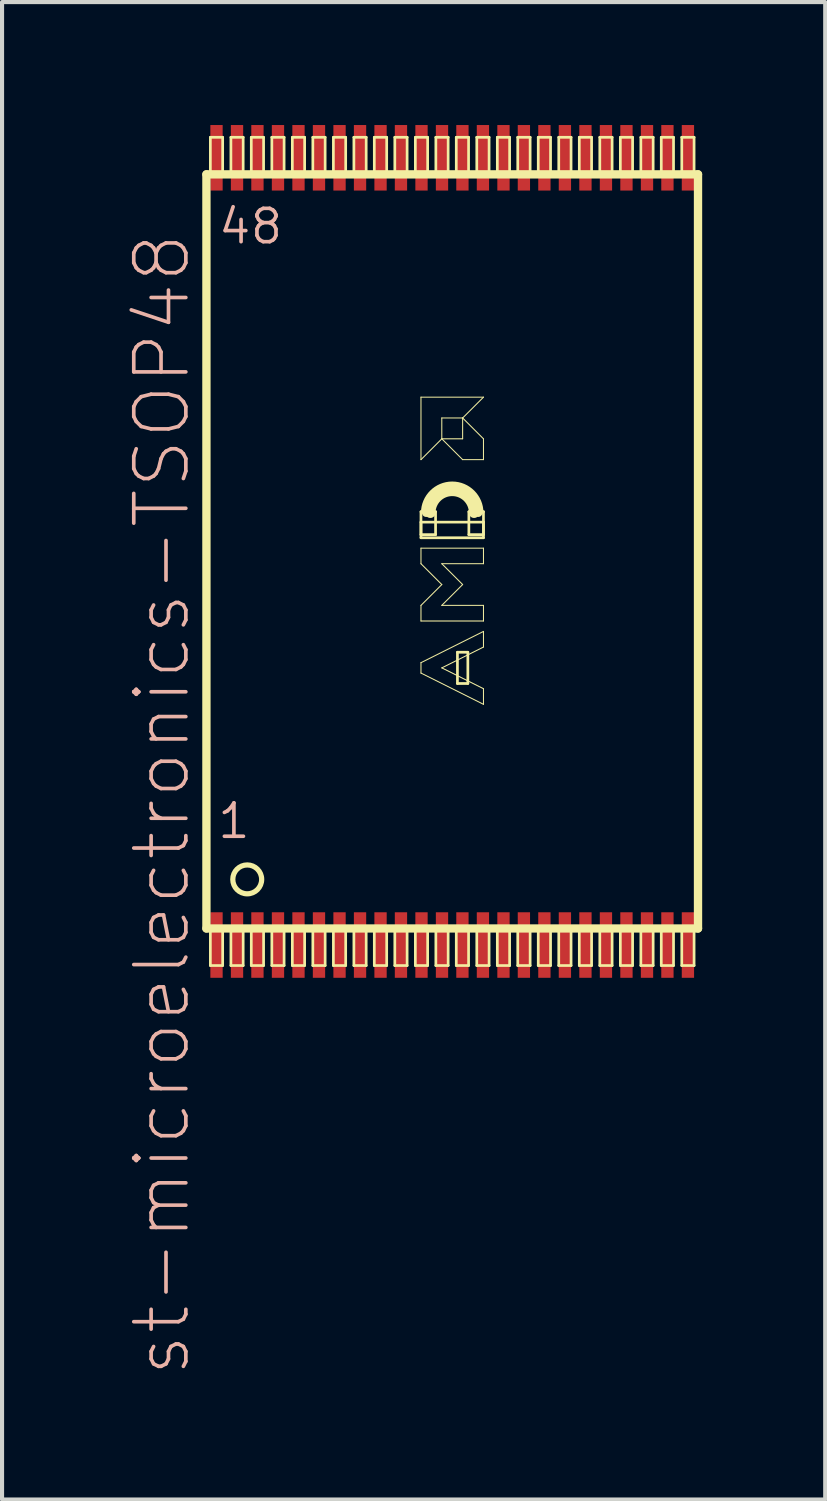
<source format=kicad_pcb>
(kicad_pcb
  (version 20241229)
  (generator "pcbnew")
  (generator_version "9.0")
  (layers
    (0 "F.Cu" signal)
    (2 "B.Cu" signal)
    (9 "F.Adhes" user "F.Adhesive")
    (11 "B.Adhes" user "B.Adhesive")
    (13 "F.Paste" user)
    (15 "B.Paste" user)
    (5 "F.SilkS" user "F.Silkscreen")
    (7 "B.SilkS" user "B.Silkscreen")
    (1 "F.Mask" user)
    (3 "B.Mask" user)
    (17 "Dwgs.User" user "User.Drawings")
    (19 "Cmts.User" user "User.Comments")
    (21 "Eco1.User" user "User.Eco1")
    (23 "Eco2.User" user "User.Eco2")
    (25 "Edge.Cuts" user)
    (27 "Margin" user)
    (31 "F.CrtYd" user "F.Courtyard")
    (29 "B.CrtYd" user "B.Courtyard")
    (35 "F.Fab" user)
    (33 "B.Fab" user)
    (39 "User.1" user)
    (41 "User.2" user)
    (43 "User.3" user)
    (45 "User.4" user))
  (footprint "st-microelectronics-TSOP48"
    (layer "F.Cu")
    (at 7.978 10.397)
    (property "Reference" "st-microelectronics-TSOP48" (at -7.079 6.175 90) (layer "B.SilkS") (effects (font (size 1.27 1.27) (thickness 0.089))))
    (attr smd)
    (fp_line (start -5.994 -9.195) (end 5.994 -9.195) (stroke (width 0.203) (type solid)) (layer "F.SilkS"))
    (fp_line (start -5.994 9.195) (end -5.994 -9.195) (stroke (width 0.203) (type solid)) (layer "F.SilkS"))
    (fp_line (start -5.898 -10.099) (end -5.598 -10.099) (stroke (width 0.066) (type solid)) (layer "F.SilkS"))
    (fp_line (start -5.898 -9.248) (end -5.898 -10.099) (stroke (width 0.066) (type solid)) (layer "F.SilkS"))
    (fp_line (start -5.898 -9.248) (end -5.598 -9.248) (stroke (width 0.066) (type solid)) (layer "F.SilkS"))
    (fp_line (start -5.898 9.248) (end -5.598 9.248) (stroke (width 0.066) (type solid)) (layer "F.SilkS"))
    (fp_line (start -5.898 10.099) (end -5.898 9.248) (stroke (width 0.066) (type solid)) (layer "F.SilkS"))
    (fp_line (start -5.898 10.099) (end -5.598 10.099) (stroke (width 0.066) (type solid)) (layer "F.SilkS"))
    (fp_line (start -5.598 -9.248) (end -5.598 -10.099) (stroke (width 0.066) (type solid)) (layer "F.SilkS"))
    (fp_line (start -5.598 10.099) (end -5.598 9.248) (stroke (width 0.066) (type solid)) (layer "F.SilkS"))
    (fp_line (start -5.397 -10.099) (end -5.098 -10.099) (stroke (width 0.066) (type solid)) (layer "F.SilkS"))
    (fp_line (start -5.397 -9.248) (end -5.397 -10.099) (stroke (width 0.066) (type solid)) (layer "F.SilkS"))
    (fp_line (start -5.397 -9.248) (end -5.098 -9.248) (stroke (width 0.066) (type solid)) (layer "F.SilkS"))
    (fp_line (start -5.397 9.248) (end -5.098 9.248) (stroke (width 0.066) (type solid)) (layer "F.SilkS"))
    (fp_line (start -5.397 10.099) (end -5.397 9.248) (stroke (width 0.066) (type solid)) (layer "F.SilkS"))
    (fp_line (start -5.397 10.099) (end -5.098 10.099) (stroke (width 0.066) (type solid)) (layer "F.SilkS"))
    (fp_line (start -5.098 -9.248) (end -5.098 -10.099) (stroke (width 0.066) (type solid)) (layer "F.SilkS"))
    (fp_line (start -5.098 10.099) (end -5.098 9.248) (stroke (width 0.066) (type solid)) (layer "F.SilkS"))
    (fp_line (start -4.9 -10.099) (end -4.6 -10.099) (stroke (width 0.066) (type solid)) (layer "F.SilkS"))
    (fp_line (start -4.9 -9.248) (end -4.9 -10.099) (stroke (width 0.066) (type solid)) (layer "F.SilkS"))
    (fp_line (start -4.9 -9.248) (end -4.6 -9.248) (stroke (width 0.066) (type solid)) (layer "F.SilkS"))
    (fp_line (start -4.9 9.248) (end -4.6 9.248) (stroke (width 0.066) (type solid)) (layer "F.SilkS"))
    (fp_line (start -4.9 10.099) (end -4.9 9.248) (stroke (width 0.066) (type solid)) (layer "F.SilkS"))
    (fp_line (start -4.9 10.099) (end -4.6 10.099) (stroke (width 0.066) (type solid)) (layer "F.SilkS"))
    (fp_line (start -4.6 -9.248) (end -4.6 -10.099) (stroke (width 0.066) (type solid)) (layer "F.SilkS"))
    (fp_line (start -4.6 10.099) (end -4.6 9.248) (stroke (width 0.066) (type solid)) (layer "F.SilkS"))
    (fp_line (start -4.399 -10.099) (end -4.1 -10.099) (stroke (width 0.066) (type solid)) (layer "F.SilkS"))
    (fp_line (start -4.399 -9.248) (end -4.399 -10.099) (stroke (width 0.066) (type solid)) (layer "F.SilkS"))
    (fp_line (start -4.399 -9.248) (end -4.1 -9.248) (stroke (width 0.066) (type solid)) (layer "F.SilkS"))
    (fp_line (start -4.399 9.248) (end -4.1 9.248) (stroke (width 0.066) (type solid)) (layer "F.SilkS"))
    (fp_line (start -4.399 10.099) (end -4.399 9.248) (stroke (width 0.066) (type solid)) (layer "F.SilkS"))
    (fp_line (start -4.399 10.099) (end -4.1 10.099) (stroke (width 0.066) (type solid)) (layer "F.SilkS"))
    (fp_line (start -4.1 -9.248) (end -4.1 -10.099) (stroke (width 0.066) (type solid)) (layer "F.SilkS"))
    (fp_line (start -4.1 10.099) (end -4.1 9.248) (stroke (width 0.066) (type solid)) (layer "F.SilkS"))
    (fp_line (start -3.899 -10.099) (end -3.599 -10.099) (stroke (width 0.066) (type solid)) (layer "F.SilkS"))
    (fp_line (start -3.899 -9.248) (end -3.899 -10.099) (stroke (width 0.066) (type solid)) (layer "F.SilkS"))
    (fp_line (start -3.899 -9.248) (end -3.599 -9.248) (stroke (width 0.066) (type solid)) (layer "F.SilkS"))
    (fp_line (start -3.899 9.248) (end -3.599 9.248) (stroke (width 0.066) (type solid)) (layer "F.SilkS"))
    (fp_line (start -3.899 10.099) (end -3.899 9.248) (stroke (width 0.066) (type solid)) (layer "F.SilkS"))
    (fp_line (start -3.899 10.099) (end -3.599 10.099) (stroke (width 0.066) (type solid)) (layer "F.SilkS"))
    (fp_line (start -3.599 -9.248) (end -3.599 -10.099) (stroke (width 0.066) (type solid)) (layer "F.SilkS"))
    (fp_line (start -3.599 10.099) (end -3.599 9.248) (stroke (width 0.066) (type solid)) (layer "F.SilkS"))
    (fp_line (start -3.399 -10.099) (end -3.099 -10.099) (stroke (width 0.066) (type solid)) (layer "F.SilkS"))
    (fp_line (start -3.399 -9.248) (end -3.399 -10.099) (stroke (width 0.066) (type solid)) (layer "F.SilkS"))
    (fp_line (start -3.399 -9.248) (end -3.099 -9.248) (stroke (width 0.066) (type solid)) (layer "F.SilkS"))
    (fp_line (start -3.399 9.248) (end -3.099 9.248) (stroke (width 0.066) (type solid)) (layer "F.SilkS"))
    (fp_line (start -3.399 10.099) (end -3.399 9.248) (stroke (width 0.066) (type solid)) (layer "F.SilkS"))
    (fp_line (start -3.399 10.099) (end -3.099 10.099) (stroke (width 0.066) (type solid)) (layer "F.SilkS"))
    (fp_line (start -3.099 -9.248) (end -3.099 -10.099) (stroke (width 0.066) (type solid)) (layer "F.SilkS"))
    (fp_line (start -3.099 10.099) (end -3.099 9.248) (stroke (width 0.066) (type solid)) (layer "F.SilkS"))
    (fp_line (start -2.898 -10.099) (end -2.598 -10.099) (stroke (width 0.066) (type solid)) (layer "F.SilkS"))
    (fp_line (start -2.898 -9.248) (end -2.898 -10.099) (stroke (width 0.066) (type solid)) (layer "F.SilkS"))
    (fp_line (start -2.898 -9.248) (end -2.598 -9.248) (stroke (width 0.066) (type solid)) (layer "F.SilkS"))
    (fp_line (start -2.898 9.248) (end -2.598 9.248) (stroke (width 0.066) (type solid)) (layer "F.SilkS"))
    (fp_line (start -2.898 10.099) (end -2.898 9.248) (stroke (width 0.066) (type solid)) (layer "F.SilkS"))
    (fp_line (start -2.898 10.099) (end -2.598 10.099) (stroke (width 0.066) (type solid)) (layer "F.SilkS"))
    (fp_line (start -2.598 -9.248) (end -2.598 -10.099) (stroke (width 0.066) (type solid)) (layer "F.SilkS"))
    (fp_line (start -2.598 10.099) (end -2.598 9.248) (stroke (width 0.066) (type solid)) (layer "F.SilkS"))
    (fp_line (start -2.398 -10.099) (end -2.098 -10.099) (stroke (width 0.066) (type solid)) (layer "F.SilkS"))
    (fp_line (start -2.398 -9.248) (end -2.398 -10.099) (stroke (width 0.066) (type solid)) (layer "F.SilkS"))
    (fp_line (start -2.398 -9.248) (end -2.098 -9.248) (stroke (width 0.066) (type solid)) (layer "F.SilkS"))
    (fp_line (start -2.398 9.248) (end -2.098 9.248) (stroke (width 0.066) (type solid)) (layer "F.SilkS"))
    (fp_line (start -2.398 10.099) (end -2.398 9.248) (stroke (width 0.066) (type solid)) (layer "F.SilkS"))
    (fp_line (start -2.398 10.099) (end -2.098 10.099) (stroke (width 0.066) (type solid)) (layer "F.SilkS"))
    (fp_line (start -2.098 -9.248) (end -2.098 -10.099) (stroke (width 0.066) (type solid)) (layer "F.SilkS"))
    (fp_line (start -2.098 10.099) (end -2.098 9.248) (stroke (width 0.066) (type solid)) (layer "F.SilkS"))
    (fp_line (start -1.9 -10.099) (end -1.598 -10.099) (stroke (width 0.066) (type solid)) (layer "F.SilkS"))
    (fp_line (start -1.9 -9.248) (end -1.9 -10.099) (stroke (width 0.066) (type solid)) (layer "F.SilkS"))
    (fp_line (start -1.9 -9.248) (end -1.598 -9.248) (stroke (width 0.066) (type solid)) (layer "F.SilkS"))
    (fp_line (start -1.9 9.248) (end -1.598 9.248) (stroke (width 0.066) (type solid)) (layer "F.SilkS"))
    (fp_line (start -1.9 10.099) (end -1.9 9.248) (stroke (width 0.066) (type solid)) (layer "F.SilkS"))
    (fp_line (start -1.9 10.099) (end -1.598 10.099) (stroke (width 0.066) (type solid)) (layer "F.SilkS"))
    (fp_line (start -1.598 -9.248) (end -1.598 -10.099) (stroke (width 0.066) (type solid)) (layer "F.SilkS"))
    (fp_line (start -1.598 10.099) (end -1.598 9.248) (stroke (width 0.066) (type solid)) (layer "F.SilkS"))
    (fp_line (start -1.4 -10.099) (end -1.1 -10.099) (stroke (width 0.066) (type solid)) (layer "F.SilkS"))
    (fp_line (start -1.4 -9.248) (end -1.4 -10.099) (stroke (width 0.066) (type solid)) (layer "F.SilkS"))
    (fp_line (start -1.4 -9.248) (end -1.1 -9.248) (stroke (width 0.066) (type solid)) (layer "F.SilkS"))
    (fp_line (start -1.4 9.248) (end -1.1 9.248) (stroke (width 0.066) (type solid)) (layer "F.SilkS"))
    (fp_line (start -1.4 10.099) (end -1.4 9.248) (stroke (width 0.066) (type solid)) (layer "F.SilkS"))
    (fp_line (start -1.4 10.099) (end -1.1 10.099) (stroke (width 0.066) (type solid)) (layer "F.SilkS"))
    (fp_line (start -1.1 -9.248) (end -1.1 -10.099) (stroke (width 0.066) (type solid)) (layer "F.SilkS"))
    (fp_line (start -1.1 10.099) (end -1.1 9.248) (stroke (width 0.066) (type solid)) (layer "F.SilkS"))
    (fp_line (start -0.899 -10.099) (end -0.599 -10.099) (stroke (width 0.066) (type solid)) (layer "F.SilkS"))
    (fp_line (start -0.899 -9.248) (end -0.899 -10.099) (stroke (width 0.066) (type solid)) (layer "F.SilkS"))
    (fp_line (start -0.899 -9.248) (end -0.599 -9.248) (stroke (width 0.066) (type solid)) (layer "F.SilkS"))
    (fp_line (start -0.899 9.248) (end -0.599 9.248) (stroke (width 0.066) (type solid)) (layer "F.SilkS"))
    (fp_line (start -0.899 10.099) (end -0.899 9.248) (stroke (width 0.066) (type solid)) (layer "F.SilkS"))
    (fp_line (start -0.899 10.099) (end -0.599 10.099) (stroke (width 0.066) (type solid)) (layer "F.SilkS"))
    (fp_line (start -0.762 -3.762) (end 0.762 -3.762) (stroke (width 0.025) (type solid)) (layer "F.SilkS"))
    (fp_line (start -0.762 -2.238) (end -0.762 -3.762) (stroke (width 0.025) (type solid)) (layer "F.SilkS"))
    (fp_line (start -0.762 -0.968) (end -0.406 -0.968) (stroke (width 0.066) (type solid)) (layer "F.SilkS"))
    (fp_line (start -0.762 -0.714) (end 0.762 -0.714) (stroke (width 0.066) (type solid)) (layer "F.SilkS"))
    (fp_line (start -0.762 -0.409) (end -0.762 -0.968) (stroke (width 0.066) (type solid)) (layer "F.SilkS"))
    (fp_line (start -0.762 -0.409) (end -0.406 -0.409) (stroke (width 0.066) (type solid)) (layer "F.SilkS"))
    (fp_line (start -0.762 -0.333) (end -0.762 -0.714) (stroke (width 0.066) (type solid)) (layer "F.SilkS"))
    (fp_line (start -0.762 -0.333) (end 0.762 -0.333) (stroke (width 0.066) (type solid)) (layer "F.SilkS"))
    (fp_line (start -0.762 -0.079) (end 0.762 -0.079) (stroke (width 0.025) (type solid)) (layer "F.SilkS"))
    (fp_line (start -0.762 0.3) (end -0.762 -0.079) (stroke (width 0.025) (type solid)) (layer "F.SilkS"))
    (fp_line (start -0.762 1.316) (end -0.254 0.808) (stroke (width 0.025) (type solid)) (layer "F.SilkS"))
    (fp_line (start -0.762 1.697) (end -0.762 1.316) (stroke (width 0.025) (type solid)) (layer "F.SilkS"))
    (fp_line (start -0.762 2.713) (end 0.762 1.951) (stroke (width 0.025) (type solid)) (layer "F.SilkS"))
    (fp_line (start -0.762 2.967) (end -0.762 2.713) (stroke (width 0.025) (type solid)) (layer "F.SilkS"))
    (fp_line (start -0.599 -9.248) (end -0.599 -10.099) (stroke (width 0.066) (type solid)) (layer "F.SilkS"))
    (fp_line (start -0.599 10.099) (end -0.599 9.248) (stroke (width 0.066) (type solid)) (layer "F.SilkS"))
    (fp_line (start -0.406 -0.409) (end -0.406 -0.968) (stroke (width 0.066) (type solid)) (layer "F.SilkS"))
    (fp_line (start -0.399 -10.099) (end -0.099 -10.099) (stroke (width 0.066) (type solid)) (layer "F.SilkS"))
    (fp_line (start -0.399 -9.248) (end -0.399 -10.099) (stroke (width 0.066) (type solid)) (layer "F.SilkS"))
    (fp_line (start -0.399 -9.248) (end -0.099 -9.248) (stroke (width 0.066) (type solid)) (layer "F.SilkS"))
    (fp_line (start -0.399 9.248) (end -0.099 9.248) (stroke (width 0.066) (type solid)) (layer "F.SilkS"))
    (fp_line (start -0.399 10.099) (end -0.399 9.248) (stroke (width 0.066) (type solid)) (layer "F.SilkS"))
    (fp_line (start -0.399 10.099) (end -0.099 10.099) (stroke (width 0.066) (type solid)) (layer "F.SilkS"))
    (fp_line (start -0.254 -3.254) (end -0.254 -2.746) (stroke (width 0.025) (type solid)) (layer "F.SilkS"))
    (fp_line (start -0.254 -2.746) (end -0.762 -2.238) (stroke (width 0.025) (type solid)) (layer "F.SilkS"))
    (fp_line (start -0.254 -2.746) (end 0.254 -2.238) (stroke (width 0.025) (type solid)) (layer "F.SilkS"))
    (fp_line (start -0.254 0.3) (end 0.254 0.808) (stroke (width 0.025) (type solid)) (layer "F.SilkS"))
    (fp_line (start -0.254 0.808) (end -0.762 0.3) (stroke (width 0.025) (type solid)) (layer "F.SilkS"))
    (fp_line (start -0.254 1.316) (end 0.762 1.316) (stroke (width 0.025) (type solid)) (layer "F.SilkS"))
    (fp_line (start -0.254 2.84) (end 0.762 3.348) (stroke (width 0.025) (type solid)) (layer "F.SilkS"))
    (fp_line (start -0.099 -9.248) (end -0.099 -10.099) (stroke (width 0.066) (type solid)) (layer "F.SilkS"))
    (fp_line (start -0.099 10.099) (end -0.099 9.248) (stroke (width 0.066) (type solid)) (layer "F.SilkS"))
    (fp_line (start 0.099 -10.099) (end 0.399 -10.099) (stroke (width 0.066) (type solid)) (layer "F.SilkS"))
    (fp_line (start 0.099 -9.248) (end 0.099 -10.099) (stroke (width 0.066) (type solid)) (layer "F.SilkS"))
    (fp_line (start 0.099 -9.248) (end 0.399 -9.248) (stroke (width 0.066) (type solid)) (layer "F.SilkS"))
    (fp_line (start 0.099 9.248) (end 0.399 9.248) (stroke (width 0.066) (type solid)) (layer "F.SilkS"))
    (fp_line (start 0.099 10.099) (end 0.099 9.248) (stroke (width 0.066) (type solid)) (layer "F.SilkS"))
    (fp_line (start 0.099 10.099) (end 0.399 10.099) (stroke (width 0.066) (type solid)) (layer "F.SilkS"))
    (fp_line (start 0.127 2.459) (end 0.381 2.459) (stroke (width 0.066) (type solid)) (layer "F.SilkS"))
    (fp_line (start 0.127 3.221) (end 0.127 2.459) (stroke (width 0.066) (type solid)) (layer "F.SilkS"))
    (fp_line (start 0.127 3.221) (end 0.381 3.221) (stroke (width 0.066) (type solid)) (layer "F.SilkS"))
    (fp_line (start 0.254 -3.254) (end -0.254 -3.254) (stroke (width 0.025) (type solid)) (layer "F.SilkS"))
    (fp_line (start 0.254 -3.254) (end 0.254 -2.746) (stroke (width 0.025) (type solid)) (layer "F.SilkS"))
    (fp_line (start 0.254 -2.746) (end -0.254 -2.746) (stroke (width 0.025) (type solid)) (layer "F.SilkS"))
    (fp_line (start 0.254 -2.238) (end 0.762 -2.238) (stroke (width 0.025) (type solid)) (layer "F.SilkS"))
    (fp_line (start 0.254 0.808) (end -0.254 1.316) (stroke (width 0.025) (type solid)) (layer "F.SilkS"))
    (fp_line (start 0.381 3.221) (end 0.381 2.459) (stroke (width 0.066) (type solid)) (layer "F.SilkS"))
    (fp_line (start 0.399 -9.248) (end 0.399 -10.099) (stroke (width 0.066) (type solid)) (layer "F.SilkS"))
    (fp_line (start 0.399 10.099) (end 0.399 9.248) (stroke (width 0.066) (type solid)) (layer "F.SilkS"))
    (fp_line (start 0.406 -0.968) (end 0.762 -0.968) (stroke (width 0.066) (type solid)) (layer "F.SilkS"))
    (fp_line (start 0.406 -0.409) (end 0.406 -0.968) (stroke (width 0.066) (type solid)) (layer "F.SilkS"))
    (fp_line (start 0.406 -0.409) (end 0.762 -0.409) (stroke (width 0.066) (type solid)) (layer "F.SilkS"))
    (fp_line (start 0.599 -10.099) (end 0.899 -10.099) (stroke (width 0.066) (type solid)) (layer "F.SilkS"))
    (fp_line (start 0.599 -9.248) (end 0.599 -10.099) (stroke (width 0.066) (type solid)) (layer "F.SilkS"))
    (fp_line (start 0.599 -9.248) (end 0.899 -9.248) (stroke (width 0.066) (type solid)) (layer "F.SilkS"))
    (fp_line (start 0.599 9.248) (end 0.899 9.248) (stroke (width 0.066) (type solid)) (layer "F.SilkS"))
    (fp_line (start 0.599 10.099) (end 0.599 9.248) (stroke (width 0.066) (type solid)) (layer "F.SilkS"))
    (fp_line (start 0.599 10.099) (end 0.899 10.099) (stroke (width 0.066) (type solid)) (layer "F.SilkS"))
    (fp_line (start 0.762 -3.762) (end 0.254 -3.254) (stroke (width 0.025) (type solid)) (layer "F.SilkS"))
    (fp_line (start 0.762 -2.746) (end 0.254 -3.254) (stroke (width 0.025) (type solid)) (layer "F.SilkS"))
    (fp_line (start 0.762 -2.238) (end 0.762 -2.746) (stroke (width 0.025) (type solid)) (layer "F.SilkS"))
    (fp_line (start 0.762 -0.409) (end 0.762 -0.968) (stroke (width 0.066) (type solid)) (layer "F.SilkS"))
    (fp_line (start 0.762 -0.333) (end 0.762 -0.714) (stroke (width 0.066) (type solid)) (layer "F.SilkS"))
    (fp_line (start 0.762 -0.079) (end 0.762 0.3) (stroke (width 0.025) (type solid)) (layer "F.SilkS"))
    (fp_line (start 0.762 0.3) (end -0.254 0.3) (stroke (width 0.025) (type solid)) (layer "F.SilkS"))
    (fp_line (start 0.762 1.316) (end 0.762 1.697) (stroke (width 0.025) (type solid)) (layer "F.SilkS"))
    (fp_line (start 0.762 1.697) (end -0.762 1.697) (stroke (width 0.025) (type solid)) (layer "F.SilkS"))
    (fp_line (start 0.762 1.951) (end 0.762 2.332) (stroke (width 0.025) (type solid)) (layer "F.SilkS"))
    (fp_line (start 0.762 2.332) (end -0.254 2.84) (stroke (width 0.025) (type solid)) (layer "F.SilkS"))
    (fp_line (start 0.762 3.348) (end 0.762 3.729) (stroke (width 0.025) (type solid)) (layer "F.SilkS"))
    (fp_line (start 0.762 3.729) (end -0.762 2.967) (stroke (width 0.025) (type solid)) (layer "F.SilkS"))
    (fp_line (start 0.899 -9.248) (end 0.899 -10.099) (stroke (width 0.066) (type solid)) (layer "F.SilkS"))
    (fp_line (start 0.899 10.099) (end 0.899 9.248) (stroke (width 0.066) (type solid)) (layer "F.SilkS"))
    (fp_line (start 1.1 -10.099) (end 1.4 -10.099) (stroke (width 0.066) (type solid)) (layer "F.SilkS"))
    (fp_line (start 1.1 -9.248) (end 1.1 -10.099) (stroke (width 0.066) (type solid)) (layer "F.SilkS"))
    (fp_line (start 1.1 -9.248) (end 1.4 -9.248) (stroke (width 0.066) (type solid)) (layer "F.SilkS"))
    (fp_line (start 1.1 9.248) (end 1.4 9.248) (stroke (width 0.066) (type solid)) (layer "F.SilkS"))
    (fp_line (start 1.1 10.099) (end 1.1 9.248) (stroke (width 0.066) (type solid)) (layer "F.SilkS"))
    (fp_line (start 1.1 10.099) (end 1.4 10.099) (stroke (width 0.066) (type solid)) (layer "F.SilkS"))
    (fp_line (start 1.4 -9.248) (end 1.4 -10.099) (stroke (width 0.066) (type solid)) (layer "F.SilkS"))
    (fp_line (start 1.4 10.099) (end 1.4 9.248) (stroke (width 0.066) (type solid)) (layer "F.SilkS"))
    (fp_line (start 1.598 -10.099) (end 1.9 -10.099) (stroke (width 0.066) (type solid)) (layer "F.SilkS"))
    (fp_line (start 1.598 -9.248) (end 1.598 -10.099) (stroke (width 0.066) (type solid)) (layer "F.SilkS"))
    (fp_line (start 1.598 -9.248) (end 1.9 -9.248) (stroke (width 0.066) (type solid)) (layer "F.SilkS"))
    (fp_line (start 1.598 9.248) (end 1.9 9.248) (stroke (width 0.066) (type solid)) (layer "F.SilkS"))
    (fp_line (start 1.598 10.099) (end 1.598 9.248) (stroke (width 0.066) (type solid)) (layer "F.SilkS"))
    (fp_line (start 1.598 10.099) (end 1.9 10.099) (stroke (width 0.066) (type solid)) (layer "F.SilkS"))
    (fp_line (start 1.9 -9.248) (end 1.9 -10.099) (stroke (width 0.066) (type solid)) (layer "F.SilkS"))
    (fp_line (start 1.9 10.099) (end 1.9 9.248) (stroke (width 0.066) (type solid)) (layer "F.SilkS"))
    (fp_line (start 2.098 -10.099) (end 2.398 -10.099) (stroke (width 0.066) (type solid)) (layer "F.SilkS"))
    (fp_line (start 2.098 -9.248) (end 2.098 -10.099) (stroke (width 0.066) (type solid)) (layer "F.SilkS"))
    (fp_line (start 2.098 -9.248) (end 2.398 -9.248) (stroke (width 0.066) (type solid)) (layer "F.SilkS"))
    (fp_line (start 2.098 9.248) (end 2.398 9.248) (stroke (width 0.066) (type solid)) (layer "F.SilkS"))
    (fp_line (start 2.098 10.099) (end 2.098 9.248) (stroke (width 0.066) (type solid)) (layer "F.SilkS"))
    (fp_line (start 2.098 10.099) (end 2.398 10.099) (stroke (width 0.066) (type solid)) (layer "F.SilkS"))
    (fp_line (start 2.398 -9.248) (end 2.398 -10.099) (stroke (width 0.066) (type solid)) (layer "F.SilkS"))
    (fp_line (start 2.398 10.099) (end 2.398 9.248) (stroke (width 0.066) (type solid)) (layer "F.SilkS"))
    (fp_line (start 2.598 -10.099) (end 2.898 -10.099) (stroke (width 0.066) (type solid)) (layer "F.SilkS"))
    (fp_line (start 2.598 -9.248) (end 2.598 -10.099) (stroke (width 0.066) (type solid)) (layer "F.SilkS"))
    (fp_line (start 2.598 -9.248) (end 2.898 -9.248) (stroke (width 0.066) (type solid)) (layer "F.SilkS"))
    (fp_line (start 2.598 9.248) (end 2.898 9.248) (stroke (width 0.066) (type solid)) (layer "F.SilkS"))
    (fp_line (start 2.598 10.099) (end 2.598 9.248) (stroke (width 0.066) (type solid)) (layer "F.SilkS"))
    (fp_line (start 2.598 10.099) (end 2.898 10.099) (stroke (width 0.066) (type solid)) (layer "F.SilkS"))
    (fp_line (start 2.898 -9.248) (end 2.898 -10.099) (stroke (width 0.066) (type solid)) (layer "F.SilkS"))
    (fp_line (start 2.898 10.099) (end 2.898 9.248) (stroke (width 0.066) (type solid)) (layer "F.SilkS"))
    (fp_line (start 3.099 -10.099) (end 3.399 -10.099) (stroke (width 0.066) (type solid)) (layer "F.SilkS"))
    (fp_line (start 3.099 -9.248) (end 3.099 -10.099) (stroke (width 0.066) (type solid)) (layer "F.SilkS"))
    (fp_line (start 3.099 -9.248) (end 3.399 -9.248) (stroke (width 0.066) (type solid)) (layer "F.SilkS"))
    (fp_line (start 3.099 9.248) (end 3.399 9.248) (stroke (width 0.066) (type solid)) (layer "F.SilkS"))
    (fp_line (start 3.099 10.099) (end 3.099 9.248) (stroke (width 0.066) (type solid)) (layer "F.SilkS"))
    (fp_line (start 3.099 10.099) (end 3.399 10.099) (stroke (width 0.066) (type solid)) (layer "F.SilkS"))
    (fp_line (start 3.399 -9.248) (end 3.399 -10.099) (stroke (width 0.066) (type solid)) (layer "F.SilkS"))
    (fp_line (start 3.399 10.099) (end 3.399 9.248) (stroke (width 0.066) (type solid)) (layer "F.SilkS"))
    (fp_line (start 3.599 -10.099) (end 3.899 -10.099) (stroke (width 0.066) (type solid)) (layer "F.SilkS"))
    (fp_line (start 3.599 -9.248) (end 3.599 -10.099) (stroke (width 0.066) (type solid)) (layer "F.SilkS"))
    (fp_line (start 3.599 -9.248) (end 3.899 -9.248) (stroke (width 0.066) (type solid)) (layer "F.SilkS"))
    (fp_line (start 3.599 9.248) (end 3.899 9.248) (stroke (width 0.066) (type solid)) (layer "F.SilkS"))
    (fp_line (start 3.599 10.099) (end 3.599 9.248) (stroke (width 0.066) (type solid)) (layer "F.SilkS"))
    (fp_line (start 3.599 10.099) (end 3.899 10.099) (stroke (width 0.066) (type solid)) (layer "F.SilkS"))
    (fp_line (start 3.899 -9.248) (end 3.899 -10.099) (stroke (width 0.066) (type solid)) (layer "F.SilkS"))
    (fp_line (start 3.899 10.099) (end 3.899 9.248) (stroke (width 0.066) (type solid)) (layer "F.SilkS"))
    (fp_line (start 4.1 -10.099) (end 4.399 -10.099) (stroke (width 0.066) (type solid)) (layer "F.SilkS"))
    (fp_line (start 4.1 -9.248) (end 4.1 -10.099) (stroke (width 0.066) (type solid)) (layer "F.SilkS"))
    (fp_line (start 4.1 -9.248) (end 4.399 -9.248) (stroke (width 0.066) (type solid)) (layer "F.SilkS"))
    (fp_line (start 4.1 9.248) (end 4.399 9.248) (stroke (width 0.066) (type solid)) (layer "F.SilkS"))
    (fp_line (start 4.1 10.099) (end 4.1 9.248) (stroke (width 0.066) (type solid)) (layer "F.SilkS"))
    (fp_line (start 4.1 10.099) (end 4.399 10.099) (stroke (width 0.066) (type solid)) (layer "F.SilkS"))
    (fp_line (start 4.399 -9.248) (end 4.399 -10.099) (stroke (width 0.066) (type solid)) (layer "F.SilkS"))
    (fp_line (start 4.399 10.099) (end 4.399 9.248) (stroke (width 0.066) (type solid)) (layer "F.SilkS"))
    (fp_line (start 4.6 -10.099) (end 4.9 -10.099) (stroke (width 0.066) (type solid)) (layer "F.SilkS"))
    (fp_line (start 4.6 -9.248) (end 4.6 -10.099) (stroke (width 0.066) (type solid)) (layer "F.SilkS"))
    (fp_line (start 4.6 -9.248) (end 4.9 -9.248) (stroke (width 0.066) (type solid)) (layer "F.SilkS"))
    (fp_line (start 4.6 9.248) (end 4.9 9.248) (stroke (width 0.066) (type solid)) (layer "F.SilkS"))
    (fp_line (start 4.6 10.099) (end 4.6 9.248) (stroke (width 0.066) (type solid)) (layer "F.SilkS"))
    (fp_line (start 4.6 10.099) (end 4.9 10.099) (stroke (width 0.066) (type solid)) (layer "F.SilkS"))
    (fp_line (start 4.9 -9.248) (end 4.9 -10.099) (stroke (width 0.066) (type solid)) (layer "F.SilkS"))
    (fp_line (start 4.9 10.099) (end 4.9 9.248) (stroke (width 0.066) (type solid)) (layer "F.SilkS"))
    (fp_line (start 5.098 -10.099) (end 5.397 -10.099) (stroke (width 0.066) (type solid)) (layer "F.SilkS"))
    (fp_line (start 5.098 -9.248) (end 5.098 -10.099) (stroke (width 0.066) (type solid)) (layer "F.SilkS"))
    (fp_line (start 5.098 -9.248) (end 5.397 -9.248) (stroke (width 0.066) (type solid)) (layer "F.SilkS"))
    (fp_line (start 5.098 9.248) (end 5.397 9.248) (stroke (width 0.066) (type solid)) (layer "F.SilkS"))
    (fp_line (start 5.098 10.099) (end 5.098 9.248) (stroke (width 0.066) (type solid)) (layer "F.SilkS"))
    (fp_line (start 5.098 10.099) (end 5.397 10.099) (stroke (width 0.066) (type solid)) (layer "F.SilkS"))
    (fp_line (start 5.397 -9.248) (end 5.397 -10.099) (stroke (width 0.066) (type solid)) (layer "F.SilkS"))
    (fp_line (start 5.397 10.099) (end 5.397 9.248) (stroke (width 0.066) (type solid)) (layer "F.SilkS"))
    (fp_line (start 5.598 -10.099) (end 5.898 -10.099) (stroke (width 0.066) (type solid)) (layer "F.SilkS"))
    (fp_line (start 5.598 -9.248) (end 5.598 -10.099) (stroke (width 0.066) (type solid)) (layer "F.SilkS"))
    (fp_line (start 5.598 -9.248) (end 5.898 -9.248) (stroke (width 0.066) (type solid)) (layer "F.SilkS"))
    (fp_line (start 5.598 9.248) (end 5.898 9.248) (stroke (width 0.066) (type solid)) (layer "F.SilkS"))
    (fp_line (start 5.598 10.099) (end 5.598 9.248) (stroke (width 0.066) (type solid)) (layer "F.SilkS"))
    (fp_line (start 5.598 10.099) (end 5.898 10.099) (stroke (width 0.066) (type solid)) (layer "F.SilkS"))
    (fp_line (start 5.898 -9.248) (end 5.898 -10.099) (stroke (width 0.066) (type solid)) (layer "F.SilkS"))
    (fp_line (start 5.898 10.099) (end 5.898 9.248) (stroke (width 0.066) (type solid)) (layer "F.SilkS"))
    (fp_line (start 5.994 -9.195) (end 5.994 9.195) (stroke (width 0.203) (type solid)) (layer "F.SilkS"))
    (fp_line (start 5.994 9.195) (end -5.994 9.195) (stroke (width 0.203) (type solid)) (layer "F.SilkS"))
    (fp_arc (start -0.7366 -0.94234) (mid 0 -1.67894) (end 0.7366 -0.94234) (stroke (width 0.0508) (type solid)) (layer "F.SilkS"))
    (fp_arc (start -0.635 -0.94234) (mid 0 -1.57734) (end 0.635 -0.94234) (stroke (width 0.2032) (type solid)) (layer "F.SilkS"))
    (fp_arc (start -0.5334 -0.94234) (mid 0 -1.47574) (end 0.5334 -0.94234) (stroke (width 0.254) (type solid)) (layer "F.SilkS"))
    (fp_circle (center -4.999 7.998) (end -5.248 8.247) (stroke (width 0.127) (type solid)) (fill no) (layer "F.SilkS"))
    (fp_text user "1" (at -5.324 6.574 0) (layer "B.SilkS") (effects (font (size 0.813 0.813) (thickness 0.089))))
    (fp_text user "48" (at -4.917 -7.925 0) (layer "B.SilkS") (effects (font (size 0.813 0.813) (thickness 0.089))))
    (pad "1" smd rect (at -5.748 9.599) (size 0.3 1.598) (layers "F.Cu" "F.Mask" "F.Paste"))
    (pad "2" smd rect (at -5.248 9.599) (size 0.3 1.598) (layers "F.Cu" "F.Mask" "F.Paste"))
    (pad "3" smd rect (at -4.75 9.599) (size 0.3 1.598) (layers "F.Cu" "F.Mask" "F.Paste"))
    (pad "4" smd rect (at -4.249 9.599) (size 0.3 1.598) (layers "F.Cu" "F.Mask" "F.Paste"))
    (pad "5" smd rect (at -3.749 9.599) (size 0.3 1.598) (layers "F.Cu" "F.Mask" "F.Paste"))
    (pad "6" smd rect (at -3.249 9.599) (size 0.3 1.598) (layers "F.Cu" "F.Mask" "F.Paste"))
    (pad "7" smd rect (at -2.748 9.599) (size 0.3 1.598) (layers "F.Cu" "F.Mask" "F.Paste"))
    (pad "8" smd rect (at -2.248 9.599) (size 0.3 1.598) (layers "F.Cu" "F.Mask" "F.Paste"))
    (pad "9" smd rect (at -1.748 9.599) (size 0.3 1.598) (layers "F.Cu" "F.Mask" "F.Paste"))
    (pad "10" smd rect (at -1.25 9.599) (size 0.3 1.598) (layers "F.Cu" "F.Mask" "F.Paste"))
    (pad "11" smd rect (at -0.749 9.599) (size 0.3 1.598) (layers "F.Cu" "F.Mask" "F.Paste"))
    (pad "12" smd rect (at -0.249 9.599) (size 0.3 1.598) (layers "F.Cu" "F.Mask" "F.Paste"))
    (pad "13" smd rect (at 0.249 9.599) (size 0.3 1.598) (layers "F.Cu" "F.Mask" "F.Paste"))
    (pad "14" smd rect (at 0.749 9.599) (size 0.3 1.598) (layers "F.Cu" "F.Mask" "F.Paste"))
    (pad "15" smd rect (at 1.25 9.599) (size 0.3 1.598) (layers "F.Cu" "F.Mask" "F.Paste"))
    (pad "16" smd rect (at 1.748 9.599) (size 0.3 1.598) (layers "F.Cu" "F.Mask" "F.Paste"))
    (pad "17" smd rect (at 2.248 9.599) (size 0.3 1.598) (layers "F.Cu" "F.Mask" "F.Paste"))
    (pad "18" smd rect (at 2.748 9.599) (size 0.3 1.598) (layers "F.Cu" "F.Mask" "F.Paste"))
    (pad "19" smd rect (at 3.249 9.599) (size 0.3 1.598) (layers "F.Cu" "F.Mask" "F.Paste"))
    (pad "20" smd rect (at 3.749 9.599) (size 0.3 1.598) (layers "F.Cu" "F.Mask" "F.Paste"))
    (pad "21" smd rect (at 4.249 9.599) (size 0.3 1.598) (layers "F.Cu" "F.Mask" "F.Paste"))
    (pad "22" smd rect (at 4.75 9.599) (size 0.3 1.598) (layers "F.Cu" "F.Mask" "F.Paste"))
    (pad "23" smd rect (at 5.248 9.599) (size 0.3 1.598) (layers "F.Cu" "F.Mask" "F.Paste"))
    (pad "24" smd rect (at 5.748 9.599) (size 0.3 1.598) (layers "F.Cu" "F.Mask" "F.Paste"))
    (pad "25" smd rect (at 5.748 -9.599) (size 0.3 1.598) (layers "F.Cu" "F.Mask" "F.Paste"))
    (pad "26" smd rect (at 5.248 -9.599) (size 0.3 1.598) (layers "F.Cu" "F.Mask" "F.Paste"))
    (pad "27" smd rect (at 4.75 -9.599) (size 0.3 1.598) (layers "F.Cu" "F.Mask" "F.Paste"))
    (pad "28" smd rect (at 4.249 -9.599) (size 0.3 1.598) (layers "F.Cu" "F.Mask" "F.Paste"))
    (pad "29" smd rect (at 3.749 -9.599) (size 0.3 1.598) (layers "F.Cu" "F.Mask" "F.Paste"))
    (pad "30" smd rect (at 3.249 -9.599) (size 0.3 1.598) (layers "F.Cu" "F.Mask" "F.Paste"))
    (pad "31" smd rect (at 2.748 -9.599) (size 0.3 1.598) (layers "F.Cu" "F.Mask" "F.Paste"))
    (pad "32" smd rect (at 2.248 -9.599) (size 0.3 1.598) (layers "F.Cu" "F.Mask" "F.Paste"))
    (pad "33" smd rect (at 1.748 -9.599) (size 0.3 1.598) (layers "F.Cu" "F.Mask" "F.Paste"))
    (pad "34" smd rect (at 1.25 -9.599) (size 0.3 1.598) (layers "F.Cu" "F.Mask" "F.Paste"))
    (pad "35" smd rect (at 0.749 -9.599) (size 0.3 1.598) (layers "F.Cu" "F.Mask" "F.Paste"))
    (pad "36" smd rect (at 0.249 -9.599) (size 0.3 1.598) (layers "F.Cu" "F.Mask" "F.Paste"))
    (pad "37" smd rect (at -0.249 -9.599) (size 0.3 1.598) (layers "F.Cu" "F.Mask" "F.Paste"))
    (pad "38" smd rect (at -0.749 -9.599) (size 0.3 1.598) (layers "F.Cu" "F.Mask" "F.Paste"))
    (pad "39" smd rect (at -1.25 -9.599) (size 0.3 1.598) (layers "F.Cu" "F.Mask" "F.Paste"))
    (pad "40" smd rect (at -1.748 -9.599) (size 0.3 1.598) (layers "F.Cu" "F.Mask" "F.Paste"))
    (pad "41" smd rect (at -2.248 -9.599) (size 0.3 1.598) (layers "F.Cu" "F.Mask" "F.Paste"))
    (pad "42" smd rect (at -2.748 -9.599) (size 0.3 1.598) (layers "F.Cu" "F.Mask" "F.Paste"))
    (pad "43" smd rect (at -3.249 -9.599) (size 0.3 1.598) (layers "F.Cu" "F.Mask" "F.Paste"))
    (pad "44" smd rect (at -3.749 -9.599) (size 0.3 1.598) (layers "F.Cu" "F.Mask" "F.Paste"))
    (pad "45" smd rect (at -4.249 -9.599) (size 0.3 1.598) (layers "F.Cu" "F.Mask" "F.Paste"))
    (pad "46" smd rect (at -4.75 -9.599) (size 0.3 1.598) (layers "F.Cu" "F.Mask" "F.Paste"))
    (pad "47" smd rect (at -5.248 -9.599) (size 0.3 1.598) (layers "F.Cu" "F.Mask" "F.Paste"))
    (pad "48" smd rect (at -5.748 -9.599) (size 0.3 1.598) (layers "F.Cu" "F.Mask" "F.Paste")))
  (gr_rect
    (start -3 -3)
    (end 17.074 33.518)
    (stroke (width 0.1) (type default))
    (fill no)
    (layer "Edge.Cuts")))
</source>
